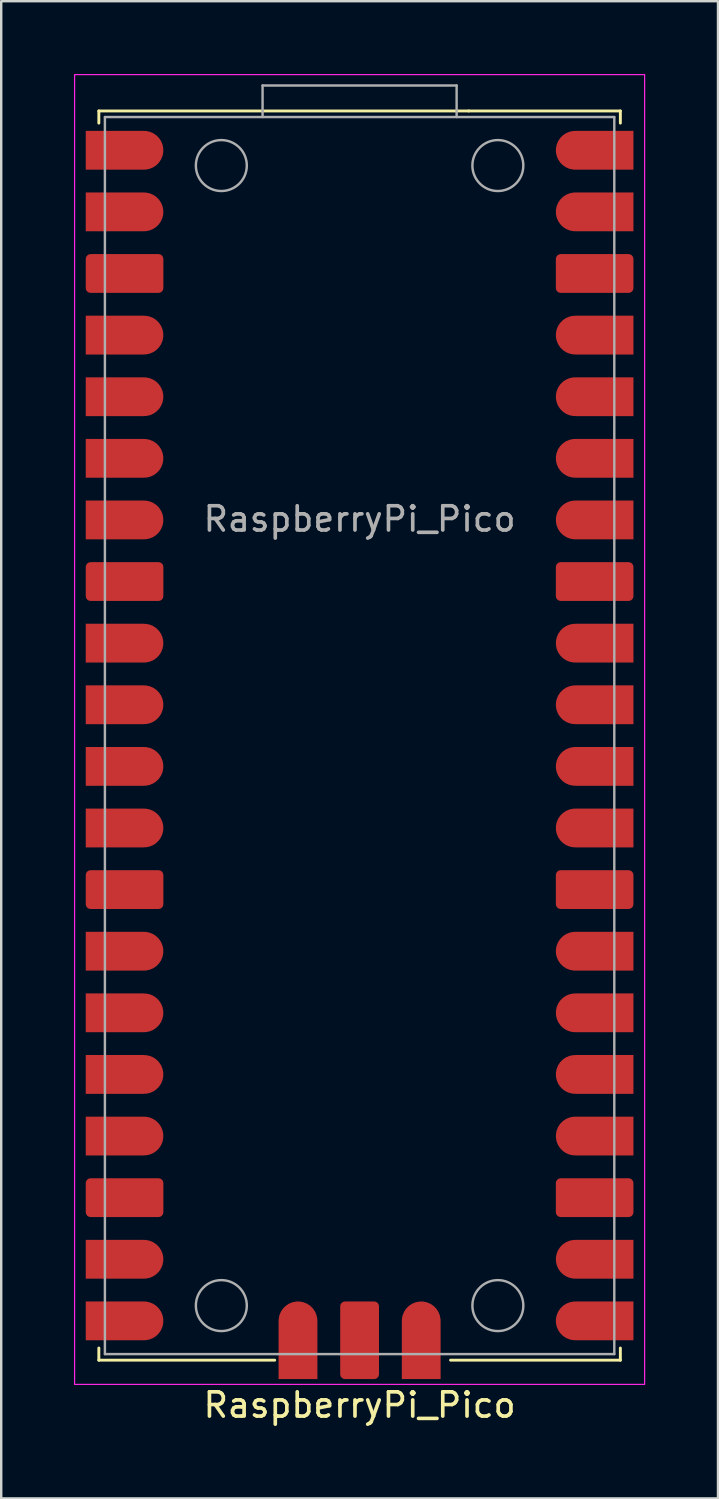
<source format=kicad_pcb>
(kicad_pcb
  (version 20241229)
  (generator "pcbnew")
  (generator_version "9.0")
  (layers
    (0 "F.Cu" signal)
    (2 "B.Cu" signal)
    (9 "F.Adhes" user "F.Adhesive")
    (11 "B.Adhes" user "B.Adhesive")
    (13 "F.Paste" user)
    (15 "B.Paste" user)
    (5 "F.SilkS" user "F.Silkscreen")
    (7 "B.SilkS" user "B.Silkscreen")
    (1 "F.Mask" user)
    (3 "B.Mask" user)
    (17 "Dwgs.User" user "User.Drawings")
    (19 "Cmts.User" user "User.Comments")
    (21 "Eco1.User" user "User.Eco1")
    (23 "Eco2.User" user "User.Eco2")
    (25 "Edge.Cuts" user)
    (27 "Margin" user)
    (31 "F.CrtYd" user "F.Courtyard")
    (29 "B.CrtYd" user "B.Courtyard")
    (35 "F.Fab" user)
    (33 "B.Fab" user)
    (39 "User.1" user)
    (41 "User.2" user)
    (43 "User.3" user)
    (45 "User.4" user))
  (footprint "RaspberryPi_Pico"
    (layer "F.Cu")
    (at 11.775 27.275)
    (property "Reference" "RaspberryPi_Pico" (at 0 27.6 0) (unlocked yes) (layer "F.SilkS") (effects (font (size 1 1) (thickness 0.15))))
    (attr smd)
    (fp_line (start -10.75 -25.75) (end -10.75 -25.25) (stroke (width 0.12) (type default)) (layer "F.SilkS"))
    (fp_line (start -10.75 25.25) (end -10.75 25.75) (stroke (width 0.12) (type default)) (layer "F.SilkS"))
    (fp_line (start -10.75 25.75) (end -3.5 25.75) (stroke (width 0.12) (type default)) (layer "F.SilkS"))
    (fp_line (start 3.75 25.75) (end 10.75 25.75) (stroke (width 0.12) (type default)) (layer "F.SilkS"))
    (fp_line (start 4.5 -25.75) (end -10.75 -25.75) (stroke (width 0.12) (type default)) (layer "F.SilkS"))
    (fp_line (start 10.75 -25.75) (end 4.5 -25.75) (stroke (width 0.12) (type default)) (layer "F.SilkS"))
    (fp_line (start 10.75 -25.25) (end 10.75 -25.75) (stroke (width 0.12) (type default)) (layer "F.SilkS"))
    (fp_line (start 10.75 25.75) (end 10.75 25.25) (stroke (width 0.12) (type default)) (layer "F.SilkS"))
    (fp_rect (start -11.75 -27.25) (end 11.75 26.75) (stroke (width 0.05) (type default)) (fill no) (layer "F.CrtYd"))
    (fp_line (start -10.5 -25.5) (end -10.5 25.5) (stroke (width 0.1) (type default)) (layer "F.Fab"))
    (fp_line (start -10.5 25.5) (end 10.5 25.5) (stroke (width 0.1) (type default)) (layer "F.Fab"))
    (fp_line (start -4 -26.8) (end -4 -25.5) (stroke (width 0.1) (type default)) (layer "F.Fab"))
    (fp_line (start -4 -26.8) (end 4 -26.8) (stroke (width 0.1) (type default)) (layer "F.Fab"))
    (fp_line (start 4 -26.8) (end 4 -25.5) (stroke (width 0.1) (type default)) (layer "F.Fab"))
    (fp_line (start 10.5 -25.5) (end -10.5 -25.5) (stroke (width 0.1) (type default)) (layer "F.Fab"))
    (fp_line (start 10.5 25.5) (end 10.5 -25.5) (stroke (width 0.1) (type default)) (layer "F.Fab"))
    (fp_circle (center -5.7 -23.5) (end -4.65 -23.5) (stroke (width 0.1) (type default)) (fill no) (layer "F.Fab"))
    (fp_circle (center -5.7 23.5) (end -4.65 23.5) (stroke (width 0.1) (type default)) (fill no) (layer "F.Fab"))
    (fp_circle (center 5.7 -23.5) (end 6.75 -23.5) (stroke (width 0.1) (type default)) (fill no) (layer "F.Fab"))
    (fp_circle (center 5.7 23.5) (end 6.75 23.5) (stroke (width 0.1) (type default)) (fill no) (layer "F.Fab"))
    (fp_text user "${REFERENCE}" (at 0 -8.93 0) (unlocked yes) (layer "F.Fab") (effects (font (size 1 1) (thickness 0.15))))
    (pad "1" smd custom (at -8.89 -24.13) (size 1.6 1.6) (layers "F.Cu" "F.Mask" "F.Paste") (options (anchor circle)) (primitives (gr_poly (pts (xy 0 0.8) (xy 0 -0.8) (xy -2.4 -0.8) (xy -2.4 0.8)) (width 0) (fill yes))))
    (pad "2" smd custom (at -8.89 -21.59) (size 1.6 1.6) (layers "F.Cu" "F.Mask" "F.Paste") (options (anchor circle)) (primitives (gr_poly (pts (xy 0 0.8) (xy 0 -0.8) (xy -2.4 -0.8) (xy -2.4 0.8)) (width 0) (fill yes))))
    (pad "3" smd roundrect (at -8.89 -19.05) (size 3.2 1.6) (drill (offset -0.8 0)) (layers "F.Cu" "F.Mask" "F.Paste") (roundrect_rratio 0.125))
    (pad "4" smd custom (at -8.89 -16.51) (size 1.6 1.6) (layers "F.Cu" "F.Mask" "F.Paste") (options (anchor circle)) (primitives (gr_poly (pts (xy 0 0.8) (xy 0 -0.8) (xy -2.4 -0.8) (xy -2.4 0.8)) (width 0) (fill yes))))
    (pad "5" smd custom (at -8.89 -13.97) (size 1.6 1.6) (layers "F.Cu" "F.Mask" "F.Paste") (options (anchor circle)) (primitives (gr_poly (pts (xy 0 0.8) (xy 0 -0.8) (xy -2.4 -0.8) (xy -2.4 0.8)) (width 0) (fill yes))))
    (pad "6" smd custom (at -8.89 -11.43) (size 1.6 1.6) (layers "F.Cu" "F.Mask" "F.Paste") (options (anchor circle)) (primitives (gr_poly (pts (xy 0 0.8) (xy 0 -0.8) (xy -2.4 -0.8) (xy -2.4 0.8)) (width 0) (fill yes))))
    (pad "7" smd custom (at -8.89 -8.89) (size 1.6 1.6) (layers "F.Cu" "F.Mask" "F.Paste") (options (anchor circle)) (primitives (gr_poly (pts (xy 0 0.8) (xy 0 -0.8) (xy -2.4 -0.8) (xy -2.4 0.8)) (width 0) (fill yes))))
    (pad "8" smd roundrect (at -8.89 -6.35) (size 3.2 1.6) (drill (offset -0.8 0)) (layers "F.Cu" "F.Mask" "F.Paste") (roundrect_rratio 0.125))
    (pad "9" smd custom (at -8.89 -3.81) (size 1.6 1.6) (layers "F.Cu" "F.Mask" "F.Paste") (options (anchor circle)) (primitives (gr_poly (pts (xy 0 0.8) (xy 0 -0.8) (xy -2.4 -0.8) (xy -2.4 0.8)) (width 0) (fill yes))))
    (pad "10" smd custom (at -8.89 -1.27) (size 1.6 1.6) (layers "F.Cu" "F.Mask" "F.Paste") (options (anchor circle)) (primitives (gr_poly (pts (xy 0 0.8) (xy 0 -0.8) (xy -2.4 -0.8) (xy -2.4 0.8)) (width 0) (fill yes))))
    (pad "11" smd custom (at -8.89 1.27) (size 1.6 1.6) (layers "F.Cu" "F.Mask" "F.Paste") (options (anchor circle)) (primitives (gr_poly (pts (xy 0 0.8) (xy 0 -0.8) (xy -2.4 -0.8) (xy -2.4 0.8)) (width 0) (fill yes))))
    (pad "12" smd custom (at -8.89 3.81) (size 1.6 1.6) (layers "F.Cu" "F.Mask" "F.Paste") (options (anchor circle)) (primitives (gr_poly (pts (xy 0 0.8) (xy 0 -0.8) (xy -2.4 -0.8) (xy -2.4 0.8)) (width 0) (fill yes))))
    (pad "13" smd roundrect (at -8.89 6.35) (size 3.2 1.6) (drill (offset -0.8 0)) (layers "F.Cu" "F.Mask" "F.Paste") (roundrect_rratio 0.125))
    (pad "14" smd custom (at -8.89 8.89) (size 1.6 1.6) (layers "F.Cu" "F.Mask" "F.Paste") (options (anchor circle)) (primitives (gr_poly (pts (xy 0 0.8) (xy 0 -0.8) (xy -2.4 -0.8) (xy -2.4 0.8)) (width 0) (fill yes))))
    (pad "15" smd custom (at -8.89 11.43) (size 1.6 1.6) (layers "F.Cu" "F.Mask" "F.Paste") (options (anchor circle)) (primitives (gr_poly (pts (xy 0 0.8) (xy 0 -0.8) (xy -2.4 -0.8) (xy -2.4 0.8)) (width 0) (fill yes))))
    (pad "16" smd custom (at -8.89 13.97) (size 1.6 1.6) (layers "F.Cu" "F.Mask" "F.Paste") (options (anchor circle)) (primitives (gr_poly (pts (xy 0 0.8) (xy 0 -0.8) (xy -2.4 -0.8) (xy -2.4 0.8)) (width 0) (fill yes))))
    (pad "17" smd custom (at -8.89 16.51) (size 1.6 1.6) (layers "F.Cu" "F.Mask" "F.Paste") (options (anchor circle)) (primitives (gr_poly (pts (xy 0 0.8) (xy 0 -0.8) (xy -2.4 -0.8) (xy -2.4 0.8)) (width 0) (fill yes))))
    (pad "18" smd roundrect (at -8.89 19.05) (size 3.2 1.6) (drill (offset -0.8 0)) (layers "F.Cu" "F.Mask" "F.Paste") (roundrect_rratio 0.125))
    (pad "19" smd custom (at -8.89 21.59) (size 1.6 1.6) (layers "F.Cu" "F.Mask" "F.Paste") (options (anchor circle)) (primitives (gr_poly (pts (xy 0 0.8) (xy 0 -0.8) (xy -2.4 -0.8) (xy -2.4 0.8)) (width 0) (fill yes))))
    (pad "20" smd custom (at -8.89 24.13) (size 1.6 1.6) (layers "F.Cu" "F.Mask" "F.Paste") (options (anchor circle)) (primitives (gr_poly (pts (xy 0 0.8) (xy 0 -0.8) (xy -2.4 -0.8) (xy -2.4 0.8)) (width 0) (fill yes))))
    (pad "21" smd custom (at 8.89 24.13 180) (size 1.6 1.6) (layers "F.Cu" "F.Mask" "F.Paste") (options (anchor circle)) (primitives (gr_poly (pts (xy 0 0.8) (xy 0 -0.8) (xy -2.4 -0.8) (xy -2.4 0.8)) (width 0) (fill yes))))
    (pad "22" smd custom (at 8.89 21.59 180) (size 1.6 1.6) (layers "F.Cu" "F.Mask" "F.Paste") (options (anchor circle)) (primitives (gr_poly (pts (xy 0 0.8) (xy 0 -0.8) (xy -2.4 -0.8) (xy -2.4 0.8)) (width 0) (fill yes))))
    (pad "23" smd roundrect (at 8.89 19.05 180) (size 3.2 1.6) (drill (offset -0.8 0)) (layers "F.Cu" "F.Mask" "F.Paste") (roundrect_rratio 0.125))
    (pad "24" smd custom (at 8.89 16.51 180) (size 1.6 1.6) (layers "F.Cu" "F.Mask" "F.Paste") (options (anchor circle)) (primitives (gr_poly (pts (xy 0 0.8) (xy 0 -0.8) (xy -2.4 -0.8) (xy -2.4 0.8)) (width 0) (fill yes))))
    (pad "25" smd custom (at 8.89 13.97 180) (size 1.6 1.6) (layers "F.Cu" "F.Mask" "F.Paste") (options (anchor circle)) (primitives (gr_poly (pts (xy 0 0.8) (xy 0 -0.8) (xy -2.4 -0.8) (xy -2.4 0.8)) (width 0) (fill yes))))
    (pad "26" smd custom (at 8.89 11.43 180) (size 1.6 1.6) (layers "F.Cu" "F.Mask" "F.Paste") (options (anchor circle)) (primitives (gr_poly (pts (xy 0 0.8) (xy 0 -0.8) (xy -2.4 -0.8) (xy -2.4 0.8)) (width 0) (fill yes))))
    (pad "27" smd custom (at 8.89 8.89 180) (size 1.6 1.6) (layers "F.Cu" "F.Mask" "F.Paste") (options (anchor circle)) (primitives (gr_poly (pts (xy 0 0.8) (xy 0 -0.8) (xy -2.4 -0.8) (xy -2.4 0.8)) (width 0) (fill yes))))
    (pad "28" smd roundrect (at 8.89 6.35 180) (size 3.2 1.6) (drill (offset -0.8 0)) (layers "F.Cu" "F.Mask" "F.Paste") (roundrect_rratio 0.125))
    (pad "29" smd custom (at 8.89 3.81 180) (size 1.6 1.6) (layers "F.Cu" "F.Mask" "F.Paste") (options (anchor circle)) (primitives (gr_poly (pts (xy 0 0.8) (xy 0 -0.8) (xy -2.4 -0.8) (xy -2.4 0.8)) (width 0) (fill yes))))
    (pad "30" smd custom (at 8.89 1.27 180) (size 1.6 1.6) (layers "F.Cu" "F.Mask" "F.Paste") (options (anchor circle)) (primitives (gr_poly (pts (xy 0 0.8) (xy 0 -0.8) (xy -2.4 -0.8) (xy -2.4 0.8)) (width 0) (fill yes))))
    (pad "31" smd custom (at 8.89 -1.27 180) (size 1.6 1.6) (layers "F.Cu" "F.Mask" "F.Paste") (options (anchor circle)) (primitives (gr_poly (pts (xy 0 0.8) (xy 0 -0.8) (xy -2.4 -0.8) (xy -2.4 0.8)) (width 0) (fill yes))))
    (pad "32" smd custom (at 8.89 -3.81 180) (size 1.6 1.6) (layers "F.Cu" "F.Mask" "F.Paste") (options (anchor circle)) (primitives (gr_poly (pts (xy 0 0.8) (xy 0 -0.8) (xy -2.4 -0.8) (xy -2.4 0.8)) (width 0) (fill yes))))
    (pad "33" smd roundrect (at 8.89 -6.35 180) (size 3.2 1.6) (drill (offset -0.8 0)) (layers "F.Cu" "F.Mask" "F.Paste") (roundrect_rratio 0.125))
    (pad "34" smd custom (at 8.89 -8.89 180) (size 1.6 1.6) (layers "F.Cu" "F.Mask" "F.Paste") (options (anchor circle)) (primitives (gr_poly (pts (xy 0 0.8) (xy 0 -0.8) (xy -2.4 -0.8) (xy -2.4 0.8)) (width 0) (fill yes))))
    (pad "35" smd custom (at 8.89 -11.43 180) (size 1.6 1.6) (layers "F.Cu" "F.Mask" "F.Paste") (options (anchor circle)) (primitives (gr_poly (pts (xy 0 0.8) (xy 0 -0.8) (xy -2.4 -0.8) (xy -2.4 0.8)) (width 0) (fill yes))))
    (pad "36" smd custom (at 8.89 -13.97 180) (size 1.6 1.6) (layers "F.Cu" "F.Mask" "F.Paste") (options (anchor circle)) (primitives (gr_poly (pts (xy 0 0.8) (xy 0 -0.8) (xy -2.4 -0.8) (xy -2.4 0.8)) (width 0) (fill yes))))
    (pad "37" smd custom (at 8.89 -16.51 180) (size 1.6 1.6) (layers "F.Cu" "F.Mask" "F.Paste") (options (anchor circle)) (primitives (gr_poly (pts (xy 0 0.8) (xy 0 -0.8) (xy -2.4 -0.8) (xy -2.4 0.8)) (width 0) (fill yes))))
    (pad "38" smd roundrect (at 8.89 -19.05 180) (size 3.2 1.6) (drill (offset -0.8 0)) (layers "F.Cu" "F.Mask" "F.Paste") (roundrect_rratio 0.125))
    (pad "39" smd custom (at 8.89 -21.59 180) (size 1.6 1.6) (layers "F.Cu" "F.Mask" "F.Paste") (options (anchor circle)) (primitives (gr_poly (pts (xy 0 0.8) (xy 0 -0.8) (xy -2.4 -0.8) (xy -2.4 0.8)) (width 0) (fill yes))))
    (pad "40" smd custom (at 8.89 -24.13 180) (size 1.6 1.6) (layers "F.Cu" "F.Mask" "F.Paste") (options (anchor circle)) (primitives (gr_poly (pts (xy 0 0.8) (xy 0 -0.8) (xy -2.4 -0.8) (xy -2.4 0.8)) (width 0) (fill yes))))
    (pad "D1" smd custom (at -2.54 24.13 90) (size 1.6 1.6) (layers "F.Cu" "F.Mask" "F.Paste") (options (anchor circle)) (primitives (gr_poly (pts (xy 0 0.8) (xy 0 -0.8) (xy -2.4 -0.8) (xy -2.4 0.8)) (width 0) (fill yes))))
    (pad "D2" smd roundrect (at 0 24.13 90) (size 3.2 1.6) (drill (offset -0.8 0)) (layers "F.Cu" "F.Mask" "F.Paste") (roundrect_rratio 0.125))
    (pad "D3" smd custom (at 2.54 24.13 90) (size 1.6 1.6) (layers "F.Cu" "F.Mask" "F.Paste") (options (anchor circle)) (primitives (gr_poly (pts (xy 0 0.8) (xy 0 -0.8) (xy -2.4 -0.8) (xy -2.4 0.8)) (width 0) (fill yes))))
    (zone (net_name "") (layers "F.Cu" "F.Fab") (hatch edge 0.5) (connect_pads) (min_thickness 0.25) (filled_areas_thickness no) (keepout (tracks not_allowed) (vias not_allowed) (pads not_allowed) (copperpour not_allowed) (footprints allowed)) (placement (enabled no)) (fill) (polygon (pts (xy 8.275 1.775) (xy 15.275 1.775) (xy 15.275 7.525) (xy 8.275 7.525))))
    (zone (net_name "") (layers "F.Cu" "F.Fab") (hatch edge 0.5) (connect_pads) (min_thickness 0.25) (filled_areas_thickness no) (keepout (tracks not_allowed) (vias not_allowed) (pads not_allowed) (copperpour not_allowed) (footprints allowed)) (placement (enabled no)) (fill) (polygon (pts (xy 8.525 9.025) (xy 10.025 9.025) (xy 10.025 10.525) (xy 8.525 10.525))))
    (zone (net_name "") (layers "F.Cu" "F.Fab") (hatch edge 0.5) (connect_pads) (min_thickness 0.25) (filled_areas_thickness no) (keepout (tracks not_allowed) (vias not_allowed) (pads not_allowed) (copperpour not_allowed) (footprints allowed)) (placement (enabled no)) (fill) (polygon (pts (xy 8.525 11.525) (xy 10.025 11.525) (xy 10.025 13.025) (xy 8.525 13.025))))
    (zone (net_name "") (layers "F.Cu" "F.Fab") (hatch edge 0.5) (connect_pads) (min_thickness 0.25) (filled_areas_thickness no) (keepout (tracks not_allowed) (vias not_allowed) (pads not_allowed) (copperpour not_allowed) (footprints allowed)) (placement (enabled no)) (fill) (polygon (pts (xy 8.525 14.025) (xy 10.025 14.025) (xy 10.025 15.525) (xy 8.525 15.525)))))
  (gr_rect
    (start -3 -3)
    (end 26.55 58.723)
    (stroke (width 0.1) (type default))
    (fill no)
    (layer "Edge.Cuts")))
</source>
